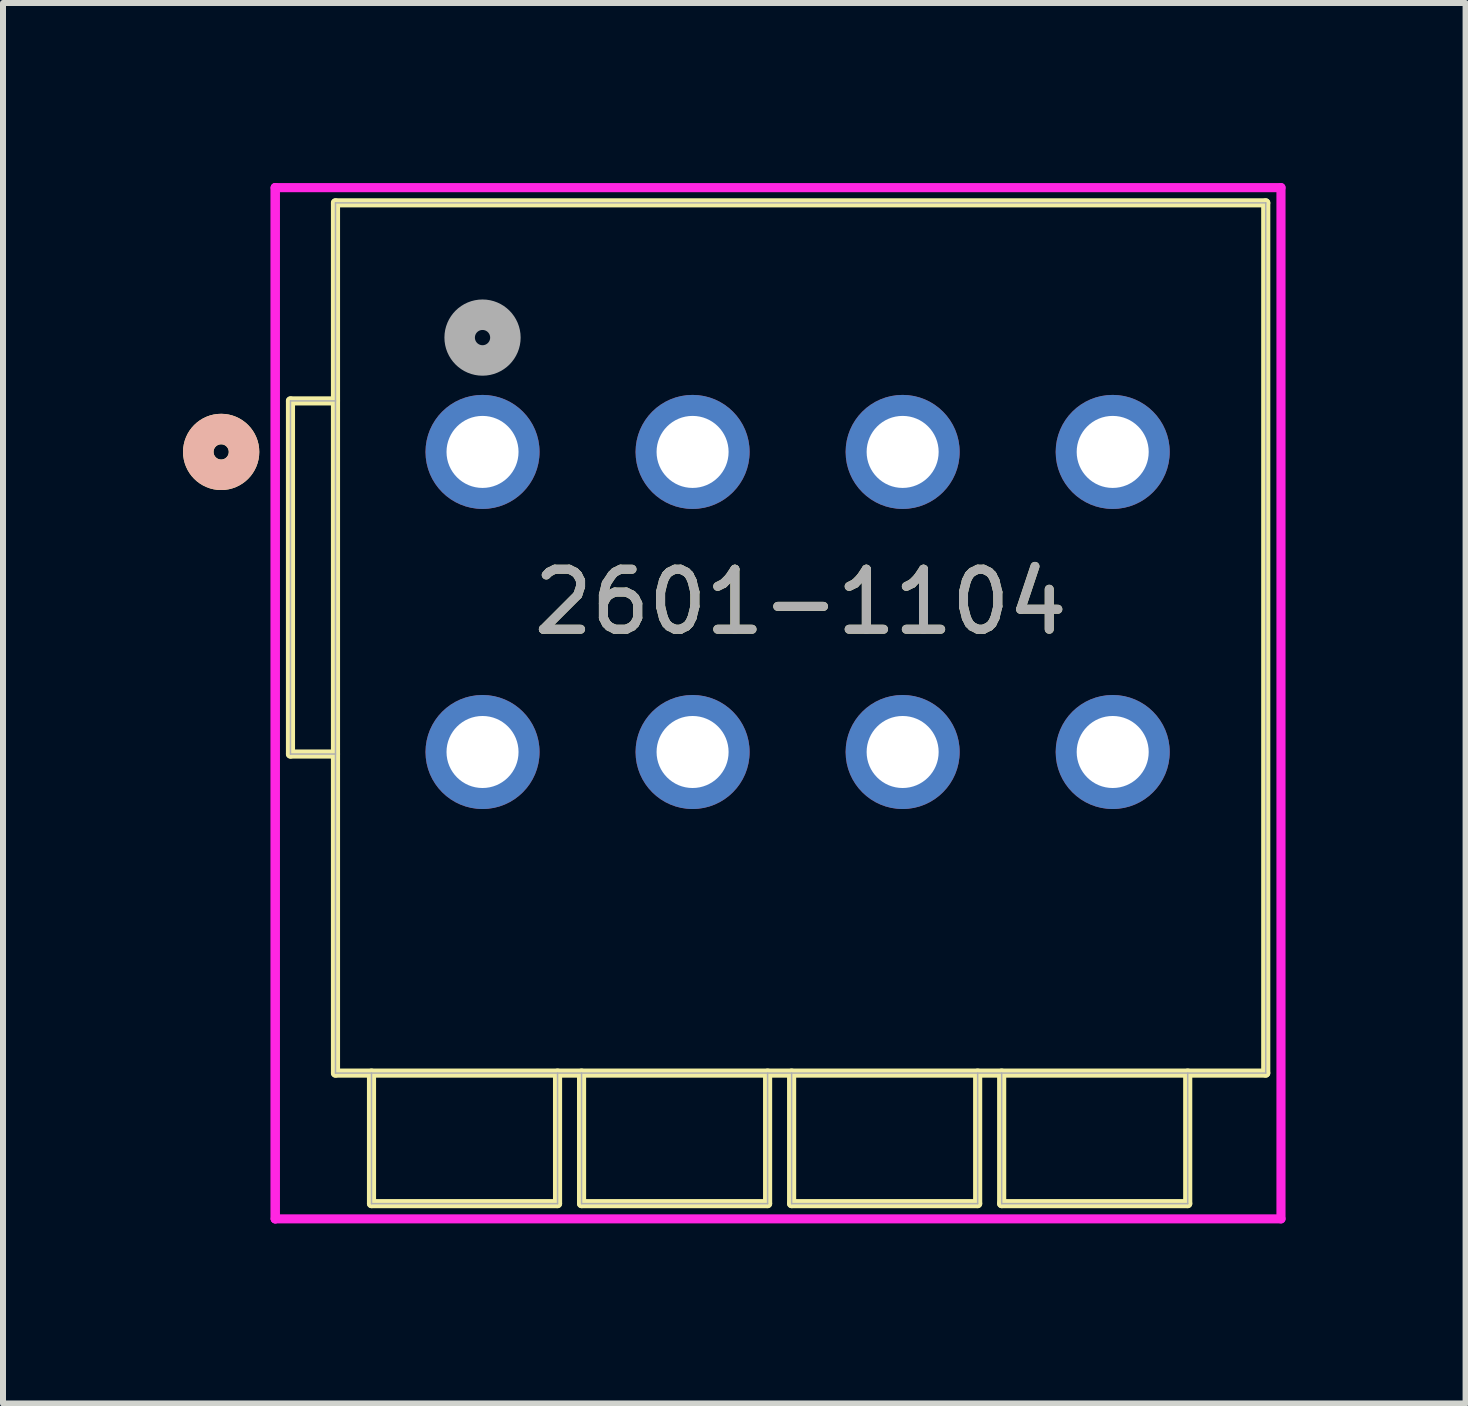
<source format=kicad_pcb>
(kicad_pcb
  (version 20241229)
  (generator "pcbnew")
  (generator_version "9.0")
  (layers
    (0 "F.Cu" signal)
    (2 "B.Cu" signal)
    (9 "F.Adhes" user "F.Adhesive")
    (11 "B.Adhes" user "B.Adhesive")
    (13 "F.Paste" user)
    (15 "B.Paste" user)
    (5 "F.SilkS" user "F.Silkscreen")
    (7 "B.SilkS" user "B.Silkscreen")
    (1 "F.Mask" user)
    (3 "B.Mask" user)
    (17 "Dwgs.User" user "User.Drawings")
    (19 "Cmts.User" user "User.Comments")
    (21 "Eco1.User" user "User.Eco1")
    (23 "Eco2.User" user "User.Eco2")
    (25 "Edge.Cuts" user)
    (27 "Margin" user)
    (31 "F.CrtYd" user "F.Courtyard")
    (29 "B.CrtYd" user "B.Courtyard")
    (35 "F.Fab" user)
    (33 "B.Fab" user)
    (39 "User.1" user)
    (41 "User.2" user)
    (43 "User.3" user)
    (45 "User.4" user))
  (footprint "2601-1104"
    (layer "F.Cu")
    (at 4.99 4.48)
    (property "Reference" "2601-1104" (at 5.3 2.5 0) (unlocked yes) (layer "F.SilkS") (effects (font (size 1 1) (thickness 0.15))))
    (attr through_hole)
    (fp_line (start -3.2 5.034) (end -3.2 -0.85) (stroke (width 0.152) (type solid)) (layer "F.SilkS"))
    (fp_line (start -2.45 -4.15) (end 13.05 -4.15) (stroke (width 0.152) (type solid)) (layer "F.SilkS"))
    (fp_line (start -2.45 10.35) (end -2.45 -4.15) (stroke (width 0.152) (type solid)) (layer "F.SilkS"))
    (fp_line (start -2.45 10.35) (end 13.05 10.35) (stroke (width 0.152) (type solid)) (layer "F.SilkS"))
    (fp_line (start -2.45 -0.85) (end -3.2 -0.85) (stroke (width 0.152) (type solid)) (layer "F.SilkS"))
    (fp_line (start -2.45 5.034) (end -3.2 5.034) (stroke (width 0.152) (type solid)) (layer "F.SilkS"))
    (fp_line (start -1.85 10.35) (end -1.85 12.525) (stroke (width 0.152) (type solid)) (layer "F.SilkS"))
    (fp_line (start -1.85 12.525) (end 1.25 12.525) (stroke (width 0.152) (type solid)) (layer "F.SilkS"))
    (fp_line (start 1.25 10.35) (end 1.25 12.525) (stroke (width 0.152) (type solid)) (layer "F.SilkS"))
    (fp_line (start 1.65 10.35) (end 1.65 12.525) (stroke (width 0.152) (type solid)) (layer "F.SilkS"))
    (fp_line (start 1.65 12.525) (end 4.75 12.525) (stroke (width 0.152) (type solid)) (layer "F.SilkS"))
    (fp_line (start 4.75 10.35) (end 4.75 12.525) (stroke (width 0.152) (type solid)) (layer "F.SilkS"))
    (fp_line (start 5.15 10.35) (end 5.15 12.525) (stroke (width 0.152) (type solid)) (layer "F.SilkS"))
    (fp_line (start 5.15 12.525) (end 8.25 12.525) (stroke (width 0.152) (type solid)) (layer "F.SilkS"))
    (fp_line (start 8.25 10.35) (end 8.25 12.525) (stroke (width 0.152) (type solid)) (layer "F.SilkS"))
    (fp_line (start 8.65 10.35) (end 8.65 12.525) (stroke (width 0.152) (type solid)) (layer "F.SilkS"))
    (fp_line (start 8.65 12.525) (end 11.75 12.525) (stroke (width 0.152) (type solid)) (layer "F.SilkS"))
    (fp_line (start 11.75 10.35) (end 11.75 12.525) (stroke (width 0.152) (type solid)) (layer "F.SilkS"))
    (fp_line (start 13.05 -4.15) (end 13.05 10.35) (stroke (width 0.152) (type solid)) (layer "F.SilkS"))
    (fp_circle (center -4.355 0) (end -3.974 0) (stroke (width 0.508) (type solid)) (fill no) (layer "F.SilkS"))
    (fp_circle (center -4.355 0) (end -3.974 0) (stroke (width 0.508) (type solid)) (fill no) (layer "B.SilkS"))
    (fp_line (start -3.454 -4.404) (end -3.454 12.779) (stroke (width 0.152) (type solid)) (layer "F.CrtYd"))
    (fp_line (start -3.454 -4.404) (end -3.454 12.779) (stroke (width 0.152) (type solid)) (layer "F.CrtYd"))
    (fp_line (start -3.454 12.779) (end 13.304 12.779) (stroke (width 0.152) (type solid)) (layer "F.CrtYd"))
    (fp_line (start 13.304 -4.404) (end -3.454 -4.404) (stroke (width 0.152) (type solid)) (layer "F.CrtYd"))
    (fp_line (start 13.304 12.779) (end 13.304 -4.404) (stroke (width 0.152) (type solid)) (layer "F.CrtYd"))
    (fp_line (start -3.2 5.034) (end -3.2 -0.85) (stroke (width 0.025) (type solid)) (layer "F.Fab"))
    (fp_line (start -2.45 -4.15) (end 13.05 -4.15) (stroke (width 0.025) (type solid)) (layer "F.Fab"))
    (fp_line (start -2.45 10.35) (end -2.45 -4.15) (stroke (width 0.025) (type solid)) (layer "F.Fab"))
    (fp_line (start -2.45 10.35) (end 13.05 10.35) (stroke (width 0.025) (type solid)) (layer "F.Fab"))
    (fp_line (start -2.45 -0.85) (end -3.2 -0.85) (stroke (width 0.025) (type solid)) (layer "F.Fab"))
    (fp_line (start -2.45 5.034) (end -3.2 5.034) (stroke (width 0.025) (type solid)) (layer "F.Fab"))
    (fp_line (start -1.85 10.35) (end -1.85 12.525) (stroke (width 0.025) (type solid)) (layer "F.Fab"))
    (fp_line (start -1.85 12.525) (end 1.25 12.525) (stroke (width 0.025) (type solid)) (layer "F.Fab"))
    (fp_line (start 1.25 10.35) (end 1.25 12.525) (stroke (width 0.025) (type solid)) (layer "F.Fab"))
    (fp_line (start 1.65 10.35) (end 1.65 12.525) (stroke (width 0.025) (type solid)) (layer "F.Fab"))
    (fp_line (start 1.65 12.525) (end 4.75 12.525) (stroke (width 0.025) (type solid)) (layer "F.Fab"))
    (fp_line (start 4.75 10.35) (end 4.75 12.525) (stroke (width 0.025) (type solid)) (layer "F.Fab"))
    (fp_line (start 5.15 10.35) (end 5.15 12.525) (stroke (width 0.025) (type solid)) (layer "F.Fab"))
    (fp_line (start 5.15 12.525) (end 8.25 12.525) (stroke (width 0.025) (type solid)) (layer "F.Fab"))
    (fp_line (start 8.25 10.35) (end 8.25 12.525) (stroke (width 0.025) (type solid)) (layer "F.Fab"))
    (fp_line (start 8.65 10.35) (end 8.65 12.525) (stroke (width 0.025) (type solid)) (layer "F.Fab"))
    (fp_line (start 8.65 12.525) (end 11.75 12.525) (stroke (width 0.025) (type solid)) (layer "F.Fab"))
    (fp_line (start 11.75 10.35) (end 11.75 12.525) (stroke (width 0.025) (type solid)) (layer "F.Fab"))
    (fp_line (start 13.05 -4.15) (end 13.05 10.35) (stroke (width 0.025) (type solid)) (layer "F.Fab"))
    (fp_circle (center 0 -1.905) (end 0.381 -1.905) (stroke (width 0.508) (type solid)) (fill no) (layer "F.Fab"))
    (fp_text user "${REFERENCE}" (at 5.3 2.5 0) (unlocked yes) (layer "F.Fab") (effects (font (size 1 1) (thickness 0.15))))
    (pad "1" thru_hole circle (at 0 0) (size 1.9 1.9) (drill 1.2) (layers "*.Cu" "*.Mask"))
    (pad "2" thru_hole circle (at 0 5) (size 1.9 1.9) (drill 1.2) (layers "*.Cu" "*.Mask"))
    (pad "3" thru_hole circle (at 3.5 0) (size 1.9 1.9) (drill 1.2) (layers "*.Cu" "*.Mask"))
    (pad "4" thru_hole circle (at 3.5 5) (size 1.9 1.9) (drill 1.2) (layers "*.Cu" "*.Mask"))
    (pad "5" thru_hole circle (at 7 0) (size 1.9 1.9) (drill 1.2) (layers "*.Cu" "*.Mask"))
    (pad "6" thru_hole circle (at 7 5) (size 1.9 1.9) (drill 1.2) (layers "*.Cu" "*.Mask"))
    (pad "7" thru_hole circle (at 10.5 0) (size 1.9 1.9) (drill 1.2) (layers "*.Cu" "*.Mask"))
    (pad "8" thru_hole circle (at 10.5 5) (size 1.9 1.9) (drill 1.2) (layers "*.Cu" "*.Mask")))
  (gr_rect
    (start -3 -3)
    (end 21.37 20.335)
    (stroke (width 0.1) (type default))
    (fill no)
    (layer "Edge.Cuts")))
</source>
